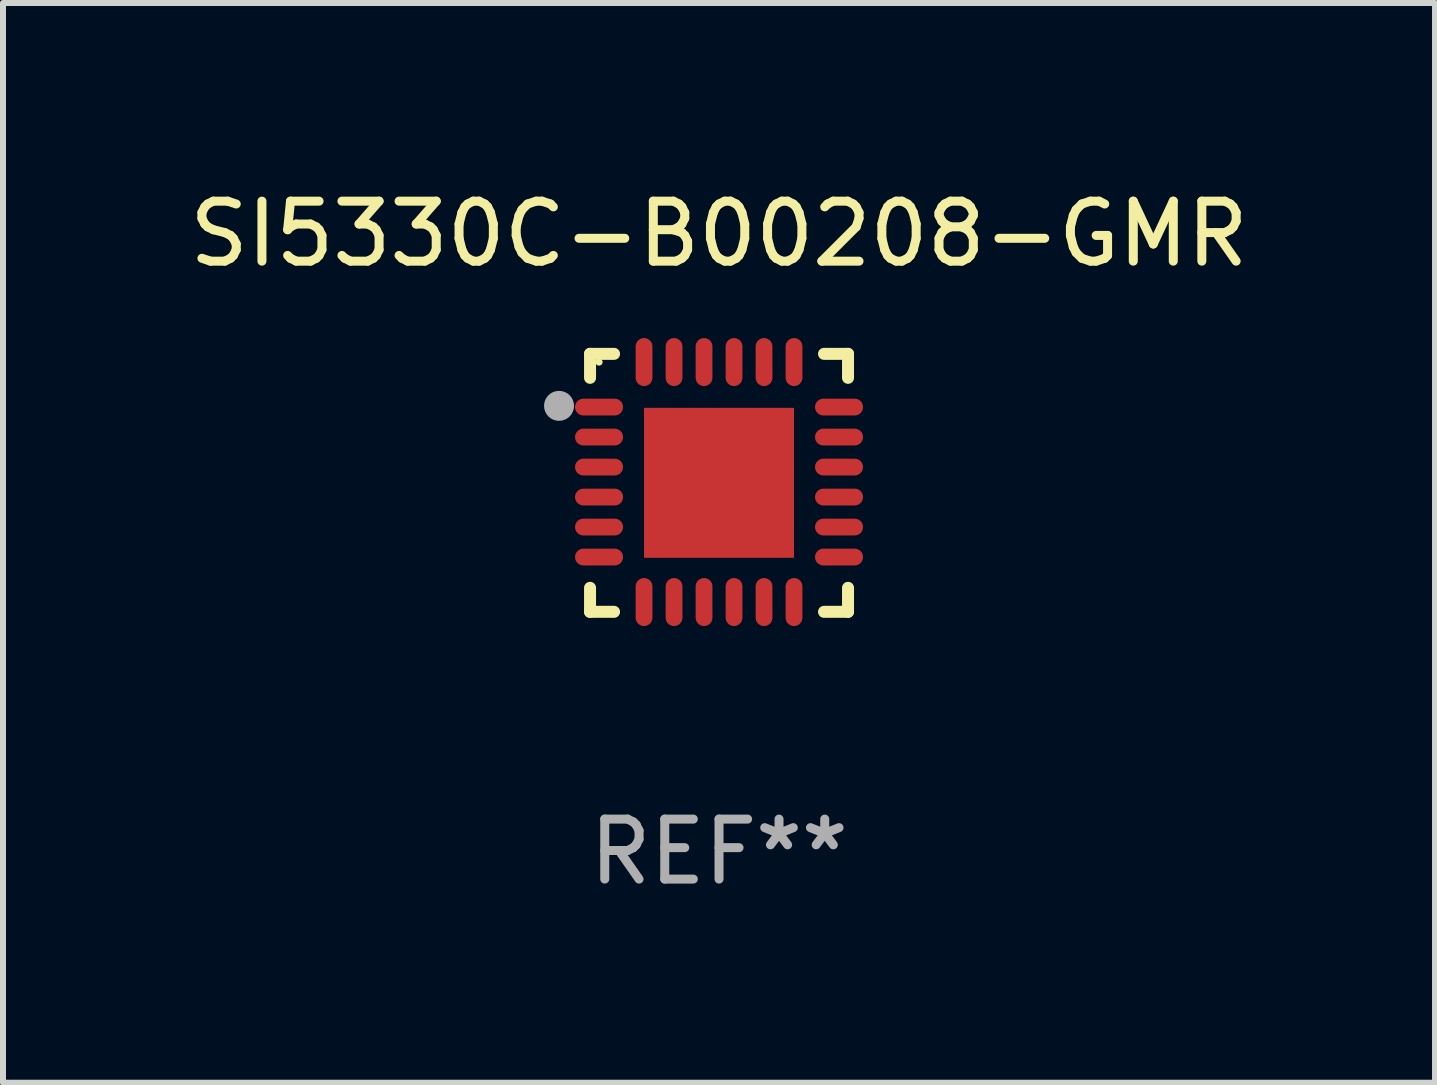
<source format=kicad_pcb>
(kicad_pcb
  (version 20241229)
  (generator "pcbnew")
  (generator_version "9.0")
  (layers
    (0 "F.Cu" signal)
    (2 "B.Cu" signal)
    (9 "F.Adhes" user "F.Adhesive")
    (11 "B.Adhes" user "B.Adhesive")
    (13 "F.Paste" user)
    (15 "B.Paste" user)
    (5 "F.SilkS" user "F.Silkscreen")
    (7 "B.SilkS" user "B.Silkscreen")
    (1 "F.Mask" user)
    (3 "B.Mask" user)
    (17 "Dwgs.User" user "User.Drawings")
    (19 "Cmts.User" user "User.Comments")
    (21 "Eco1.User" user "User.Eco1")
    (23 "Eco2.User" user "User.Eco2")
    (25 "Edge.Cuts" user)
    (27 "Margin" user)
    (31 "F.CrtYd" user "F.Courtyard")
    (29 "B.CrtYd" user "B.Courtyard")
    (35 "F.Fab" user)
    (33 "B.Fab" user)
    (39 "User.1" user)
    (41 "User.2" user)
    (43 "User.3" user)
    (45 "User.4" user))
  (footprint "SI5330C-B00208-GMR"
    (layer "F.Cu")
    (at 8.935 4.998)
    (property "Reference" "SI5330C-B00208-GMR" (at 0 -4.15 0) (layer "F.SilkS") (effects (font (size 1 1) (thickness 0.15))))
    (attr through_hole)
    (fp_line (start -2.15 -2.15) (end -1.75 -2.15) (stroke (width 0.2) (type solid)) (layer "F.SilkS"))
    (fp_line (start -2.15 -1.75) (end -2.15 -2.15) (stroke (width 0.2) (type solid)) (layer "F.SilkS"))
    (fp_line (start -2.15 2.15) (end -2.15 1.75) (stroke (width 0.2) (type solid)) (layer "F.SilkS"))
    (fp_line (start -1.75 2.15) (end -2.15 2.15) (stroke (width 0.2) (type solid)) (layer "F.SilkS"))
    (fp_line (start 1.75 -2.15) (end 2.15 -2.15) (stroke (width 0.2) (type solid)) (layer "F.SilkS"))
    (fp_line (start 1.75 2.15) (end 2.15 2.15) (stroke (width 0.2) (type solid)) (layer "F.SilkS"))
    (fp_line (start 2.15 -2.15) (end 2.15 -1.75) (stroke (width 0.2) (type solid)) (layer "F.SilkS"))
    (fp_line (start 2.15 2.15) (end 2.15 1.75) (stroke (width 0.2) (type solid)) (layer "F.SilkS"))
    (fp_circle (center -2 -2.013) (end -1.97 -2.013) (stroke (width 0.06) (type solid)) (fill no) (layer "F.SilkS"))
    (fp_circle (center -2.667 -1.283) (end -2.542 -1.283) (stroke (width 0.25) (type solid)) (fill no) (layer "F.Fab"))
    (fp_text user "REF**" (at 0 6.15 0) (layer "F.Fab") (effects (font (size 1 1) (thickness 0.15))))
    (pad "1" smd oval (at -2 -1.263) (size 0.8 0.28) (layers "F.Cu" "F.Mask" "F.Paste"))
    (pad "2" smd oval (at -2 -0.763) (size 0.8 0.28) (layers "F.Cu" "F.Mask" "F.Paste"))
    (pad "3" smd oval (at -2 -0.263) (size 0.8 0.28) (layers "F.Cu" "F.Mask" "F.Paste"))
    (pad "4" smd oval (at -2 0.237) (size 0.8 0.28) (layers "F.Cu" "F.Mask" "F.Paste"))
    (pad "5" smd oval (at -2 0.737) (size 0.8 0.28) (layers "F.Cu" "F.Mask" "F.Paste"))
    (pad "6" smd oval (at -2 1.237) (size 0.8 0.28) (layers "F.Cu" "F.Mask" "F.Paste"))
    (pad "7" smd oval (at -1.25 1.987) (size 0.28 0.8) (layers "F.Cu" "F.Mask" "F.Paste"))
    (pad "8" smd oval (at -0.75 1.987) (size 0.28 0.8) (layers "F.Cu" "F.Mask" "F.Paste"))
    (pad "9" smd oval (at -0.25 1.987) (size 0.28 0.8) (layers "F.Cu" "F.Mask" "F.Paste"))
    (pad "10" smd oval (at 0.25 1.987) (size 0.28 0.8) (layers "F.Cu" "F.Mask" "F.Paste"))
    (pad "11" smd oval (at 0.75 1.987) (size 0.28 0.8) (layers "F.Cu" "F.Mask" "F.Paste"))
    (pad "12" smd oval (at 1.25 1.987) (size 0.28 0.8) (layers "F.Cu" "F.Mask" "F.Paste"))
    (pad "13" smd oval (at 2 1.237) (size 0.8 0.28) (layers "F.Cu" "F.Mask" "F.Paste"))
    (pad "14" smd oval (at 2 0.737) (size 0.8 0.28) (layers "F.Cu" "F.Mask" "F.Paste"))
    (pad "15" smd oval (at 2 0.237) (size 0.8 0.28) (layers "F.Cu" "F.Mask" "F.Paste"))
    (pad "16" smd oval (at 2 -0.263) (size 0.8 0.28) (layers "F.Cu" "F.Mask" "F.Paste"))
    (pad "17" smd oval (at 2 -0.763) (size 0.8 0.28) (layers "F.Cu" "F.Mask" "F.Paste"))
    (pad "18" smd oval (at 2 -1.263) (size 0.8 0.28) (layers "F.Cu" "F.Mask" "F.Paste"))
    (pad "19" smd oval (at 1.25 -2.013) (size 0.28 0.8) (layers "F.Cu" "F.Mask" "F.Paste"))
    (pad "20" smd oval (at 0.75 -2.013) (size 0.28 0.8) (layers "F.Cu" "F.Mask" "F.Paste"))
    (pad "21" smd oval (at 0.25 -2.013) (size 0.28 0.8) (layers "F.Cu" "F.Mask" "F.Paste"))
    (pad "22" smd oval (at -0.25 -2.013) (size 0.28 0.8) (layers "F.Cu" "F.Mask" "F.Paste"))
    (pad "23" smd oval (at -0.75 -2.013) (size 0.28 0.8) (layers "F.Cu" "F.Mask" "F.Paste"))
    (pad "24" smd oval (at -1.25 -2.013) (size 0.28 0.8) (layers "F.Cu" "F.Mask" "F.Paste"))
    (pad "25" smd rect (at -0.000127 -0.00014) (size 2.5 2.5) (layers "F.Cu" "F.Mask" "F.Paste")))
  (gr_rect
    (start -3 -3)
    (end 20.869 14.997)
    (stroke (width 0.1) (type default))
    (fill no)
    (layer "Edge.Cuts")))
</source>
